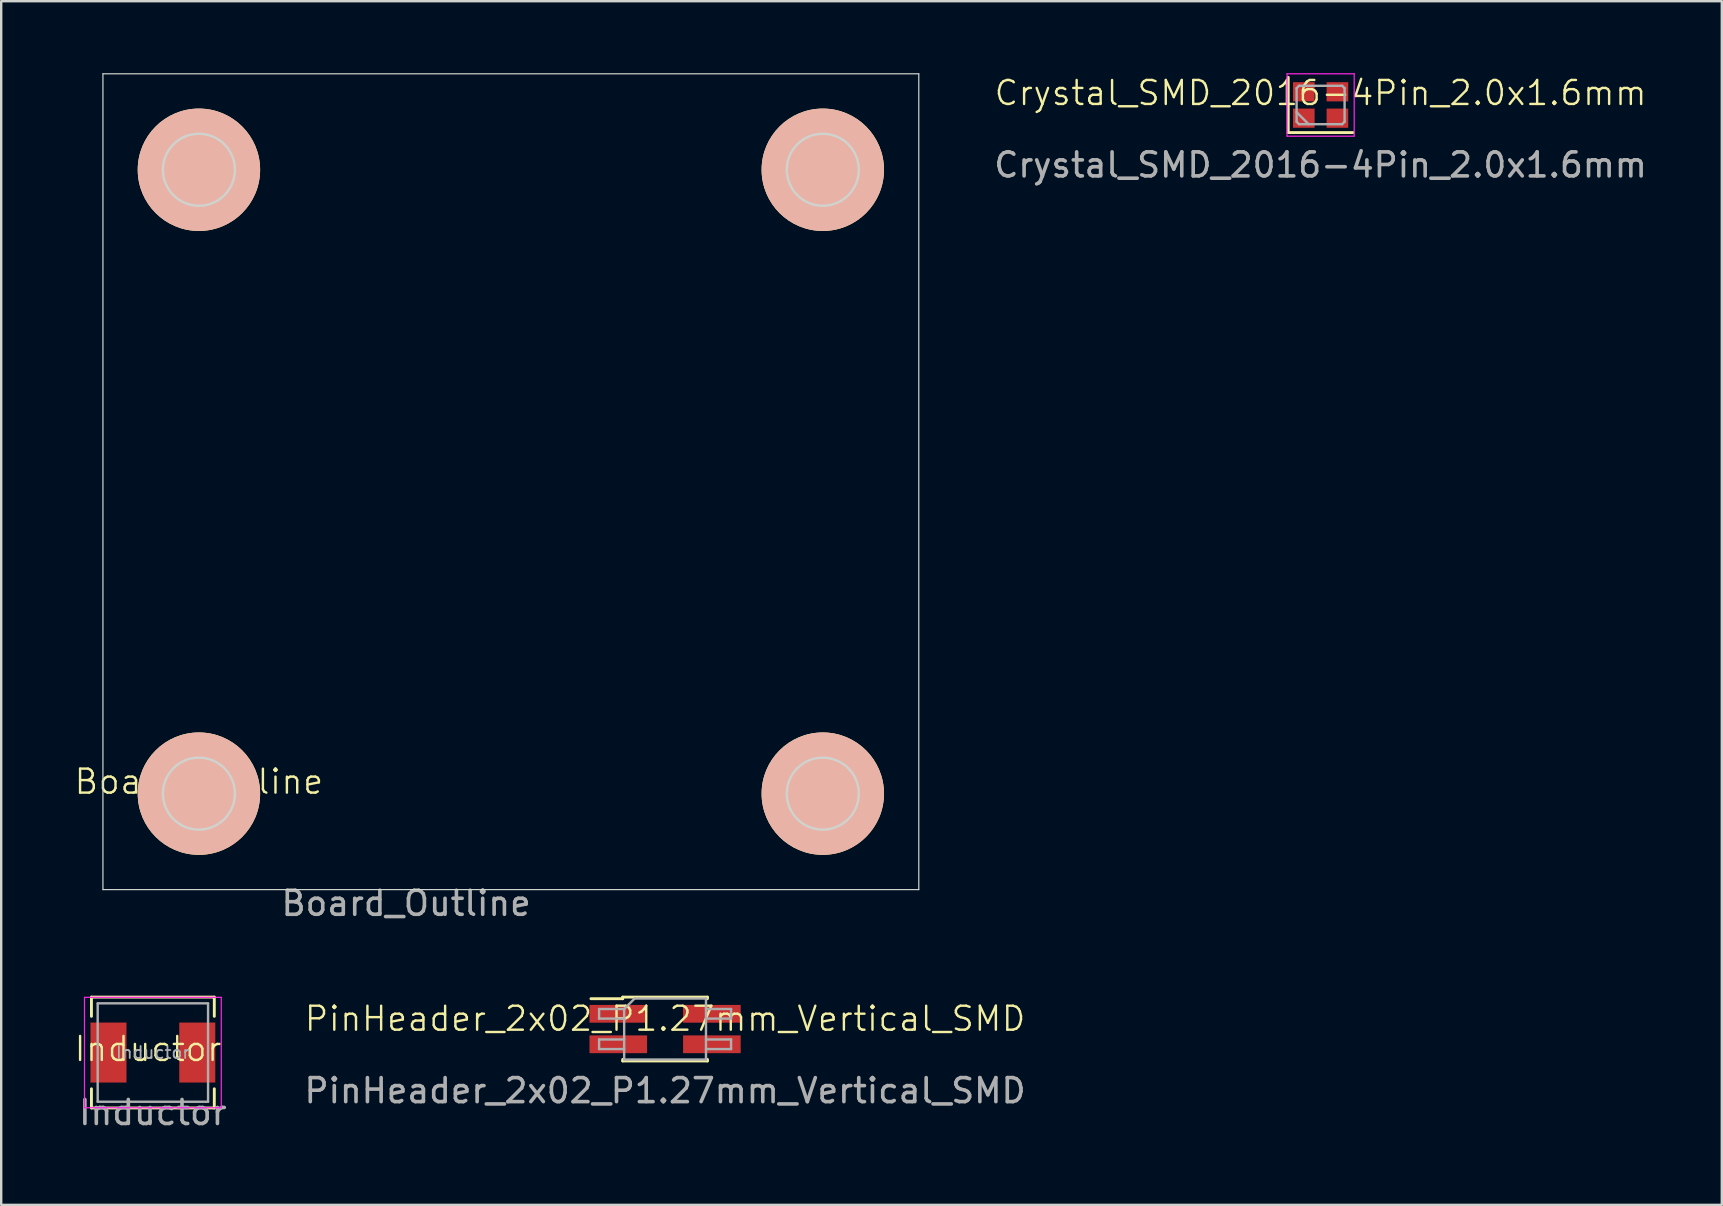
<source format=kicad_pcb>
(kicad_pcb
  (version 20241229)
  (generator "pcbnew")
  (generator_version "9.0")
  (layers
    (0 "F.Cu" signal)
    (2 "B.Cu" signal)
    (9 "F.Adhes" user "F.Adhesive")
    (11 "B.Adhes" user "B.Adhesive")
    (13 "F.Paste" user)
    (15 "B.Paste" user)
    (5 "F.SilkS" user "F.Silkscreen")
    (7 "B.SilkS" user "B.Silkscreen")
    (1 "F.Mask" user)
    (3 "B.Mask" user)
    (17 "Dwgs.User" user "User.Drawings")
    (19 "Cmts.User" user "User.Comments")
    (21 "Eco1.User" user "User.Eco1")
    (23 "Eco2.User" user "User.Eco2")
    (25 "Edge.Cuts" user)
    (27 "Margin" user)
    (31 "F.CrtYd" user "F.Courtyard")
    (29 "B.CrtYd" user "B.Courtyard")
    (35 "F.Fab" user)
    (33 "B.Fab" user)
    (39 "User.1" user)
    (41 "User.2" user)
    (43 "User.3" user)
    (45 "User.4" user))
  (footprint "PinHeader_2x02_P1.27mm_Vertical_SMD"
    (layer "F.Cu")
    (at 24.667 39.905)
    (property "Reference" "PinHeader_2x02_P1.27mm_Vertical_SMD" (at 0 -0.5 0) (unlocked yes) (layer "F.SilkS") (effects (font (size 1 1) (thickness 0.1))))
    (attr smd)
    (fp_line (start -3.09 -1.335) (end -1.765 -1.335) (stroke (width 0.12) (type solid)) (layer "F.SilkS"))
    (fp_line (start -1.765 -1.4) (end -1.765 -1.335) (stroke (width 0.12) (type solid)) (layer "F.SilkS"))
    (fp_line (start -1.765 -1.4) (end 1.765 -1.4) (stroke (width 0.12) (type solid)) (layer "F.SilkS"))
    (fp_line (start -1.765 1.195) (end -1.765 1.26) (stroke (width 0.12) (type solid)) (layer "F.SilkS"))
    (fp_line (start -1.765 1.26) (end 1.765 1.26) (stroke (width 0.12) (type solid)) (layer "F.SilkS"))
    (fp_line (start 1.765 -1.4) (end 1.765 -1.335) (stroke (width 0.12) (type solid)) (layer "F.SilkS"))
    (fp_line (start 1.765 1.195) (end 1.765 1.26) (stroke (width 0.12) (type solid)) (layer "F.SilkS"))
    (fp_line (start -2.75 -0.905) (end -2.75 -0.505) (stroke (width 0.1) (type solid)) (layer "F.Fab"))
    (fp_line (start -2.75 -0.505) (end -1.705 -0.505) (stroke (width 0.1) (type solid)) (layer "F.Fab"))
    (fp_line (start -2.75 0.365) (end -2.75 0.765) (stroke (width 0.1) (type solid)) (layer "F.Fab"))
    (fp_line (start -2.75 0.765) (end -1.705 0.765) (stroke (width 0.1) (type solid)) (layer "F.Fab"))
    (fp_line (start -1.705 -0.905) (end -2.75 -0.905) (stroke (width 0.1) (type solid)) (layer "F.Fab"))
    (fp_line (start -1.705 -0.905) (end -1.27 -1.34) (stroke (width 0.1) (type solid)) (layer "F.Fab"))
    (fp_line (start -1.705 0.365) (end -2.75 0.365) (stroke (width 0.1) (type solid)) (layer "F.Fab"))
    (fp_line (start -1.705 1.2) (end -1.705 -0.905) (stroke (width 0.1) (type solid)) (layer "F.Fab"))
    (fp_line (start -1.27 -1.34) (end 1.705 -1.34) (stroke (width 0.1) (type solid)) (layer "F.Fab"))
    (fp_line (start 1.705 -1.34) (end 1.705 1.2) (stroke (width 0.1) (type solid)) (layer "F.Fab"))
    (fp_line (start 1.705 -0.905) (end 2.75 -0.905) (stroke (width 0.1) (type solid)) (layer "F.Fab"))
    (fp_line (start 1.705 0.365) (end 2.75 0.365) (stroke (width 0.1) (type solid)) (layer "F.Fab"))
    (fp_line (start 1.705 1.2) (end -1.705 1.2) (stroke (width 0.1) (type solid)) (layer "F.Fab"))
    (fp_line (start 2.75 -0.905) (end 2.75 -0.505) (stroke (width 0.1) (type solid)) (layer "F.Fab"))
    (fp_line (start 2.75 -0.505) (end 1.705 -0.505) (stroke (width 0.1) (type solid)) (layer "F.Fab"))
    (fp_line (start 2.75 0.365) (end 2.75 0.765) (stroke (width 0.1) (type solid)) (layer "F.Fab"))
    (fp_line (start 2.75 0.765) (end 1.705 0.765) (stroke (width 0.1) (type solid)) (layer "F.Fab"))
    (fp_text user "${REFERENCE}" (at 0 2.5 0) (unlocked yes) (layer "F.Fab") (effects (font (size 1 1) (thickness 0.15))))
    (pad "1" smd rect (at -1.95 -0.705) (size 2.4 0.74) (layers "F.Cu" "F.Mask" "F.Paste"))
    (pad "2" smd rect (at 1.95 -0.705) (size 2.4 0.74) (layers "F.Cu" "F.Mask" "F.Paste"))
    (pad "3" smd rect (at -1.95 0.565) (size 2.4 0.74) (layers "F.Cu" "F.Mask" "F.Paste"))
    (pad "4" smd rect (at 1.95 0.565) (size 2.4 0.74) (layers "F.Cu" "F.Mask" "F.Paste")))
  (footprint "Inductor"
    (layer "F.Cu")
    (at 3.321 40.815)
    (property "Reference" "Inductor" (at -0.2 -0.15 0) (unlocked yes) (layer "F.SilkS") (effects (font (size 1 1) (thickness 0.1))))
    (attr smd)
    (fp_line (start -2.56 -2.31) (end -2.56 -1.51) (stroke (width 0.12) (type solid)) (layer "F.SilkS"))
    (fp_line (start -2.56 -2.31) (end 2.56 -2.31) (stroke (width 0.12) (type solid)) (layer "F.SilkS"))
    (fp_line (start -2.56 2.31) (end -2.56 1.51) (stroke (width 0.12) (type solid)) (layer "F.SilkS"))
    (fp_line (start -2.56 2.31) (end 2.56 2.31) (stroke (width 0.12) (type solid)) (layer "F.SilkS"))
    (fp_line (start 2.56 -2.31) (end 2.56 -1.51) (stroke (width 0.12) (type solid)) (layer "F.SilkS"))
    (fp_line (start 2.56 2.31) (end 2.56 1.51) (stroke (width 0.12) (type solid)) (layer "F.SilkS"))
    (fp_line (start -2.85 -2.3) (end -2.85 2.3) (stroke (width 0.05) (type solid)) (layer "F.CrtYd"))
    (fp_line (start -2.85 2.3) (end 2.85 2.3) (stroke (width 0.05) (type solid)) (layer "F.CrtYd"))
    (fp_line (start 2.85 -2.3) (end -2.85 -2.3) (stroke (width 0.05) (type solid)) (layer "F.CrtYd"))
    (fp_line (start 2.85 2.3) (end 2.85 -2.3) (stroke (width 0.05) (type solid)) (layer "F.CrtYd"))
    (fp_line (start -2.3 -2.05) (end -2.3 2.05) (stroke (width 0.1) (type solid)) (layer "F.Fab"))
    (fp_line (start -2.3 2.05) (end 2.3 2.05) (stroke (width 0.1) (type solid)) (layer "F.Fab"))
    (fp_line (start 2.3 -2.05) (end -2.3 -2.05) (stroke (width 0.1) (type solid)) (layer "F.Fab"))
    (fp_line (start 2.3 2.05) (end 2.3 -2.05) (stroke (width 0.1) (type solid)) (layer "F.Fab"))
    (fp_text user "${REFERENCE}" (at 0 0 0) (layer "F.Fab") (effects (font (size 0.5 0.5) (thickness 0.075))))
    (fp_text user "${REFERENCE}" (at 0 2.5 0) (unlocked yes) (layer "F.Fab") (effects (font (size 1 1) (thickness 0.15))))
    (pad "1" smd rect (at -1.85 0) (size 1.5 2.5) (layers "F.Cu" "F.Mask" "F.Paste"))
    (pad "2" smd rect (at 1.85 0) (size 1.5 2.5) (layers "F.Cu" "F.Mask" "F.Paste")))
  (footprint "Board_Outline"
    (layer "F.Cu")
    (at 5.24 30.025)
    (property "Reference" "Board_Outline" (at 0 -0.5 0) (unlocked yes) (layer "F.SilkS") (effects (font (size 1 1) (thickness 0.1))))
    (fp_circle (center 0 -26) (end 2.5 -26) (stroke (width 0.1) (type solid)) (fill yes) (layer "F.SilkS"))
    (fp_circle (center 0 0) (end 2.5 0) (stroke (width 0.1) (type solid)) (fill yes) (layer "F.SilkS"))
    (fp_circle (center 26 -26) (end 28.5 -26) (stroke (width 0.1) (type solid)) (fill yes) (layer "F.SilkS"))
    (fp_circle (center 26 0) (end 28.5 0) (stroke (width 0.1) (type solid)) (fill yes) (layer "F.SilkS"))
    (fp_circle (center 0 -26) (end 2.5 -26) (stroke (width 0.1) (type solid)) (fill yes) (layer "B.SilkS"))
    (fp_circle (center 0 0) (end 2.5 0) (stroke (width 0.1) (type solid)) (fill yes) (layer "B.SilkS"))
    (fp_circle (center 26 -26) (end 28.5 -26) (stroke (width 0.1) (type solid)) (fill yes) (layer "B.SilkS"))
    (fp_circle (center 26 0) (end 28.5 0) (stroke (width 0.1) (type solid)) (fill yes) (layer "B.SilkS"))
    (fp_line (start -4 4) (end -4 -30) (stroke (width 0.05) (type default)) (layer "Edge.Cuts"))
    (fp_line (start 30 -30) (end -4 -30) (stroke (width 0.05) (type default)) (layer "Edge.Cuts"))
    (fp_line (start 30 -30) (end 30 4) (stroke (width 0.05) (type default)) (layer "Edge.Cuts"))
    (fp_line (start 30 4) (end -4 4) (stroke (width 0.05) (type default)) (layer "Edge.Cuts"))
    (fp_circle (center 0 -26) (end 1.5 -26) (stroke (width 0.1) (type default)) (fill no) (layer "Edge.Cuts"))
    (fp_circle (center 0 0) (end 1.5 0) (stroke (width 0.1) (type default)) (fill no) (layer "Edge.Cuts"))
    (fp_circle (center 26 -26) (end 27.5 -26) (stroke (width 0.1) (type default)) (fill no) (layer "Edge.Cuts"))
    (fp_circle (center 26 0) (end 27.5 0) (stroke (width 0.1) (type default)) (fill no) (layer "Edge.Cuts"))
    (fp_text user "${REFERENCE}" (at 8.636 4.572 0) (unlocked yes) (layer "F.Fab") (effects (font (size 1 1) (thickness 0.15)))))
  (footprint "Crystal_SMD_2016-4Pin_2.0x1.6mm"
    (layer "F.Cu")
    (at 51.986 1.325)
    (property "Reference" "Crystal_SMD_2016-4Pin_2.0x1.6mm" (at 0 -0.5 0) (unlocked yes) (layer "F.SilkS") (effects (font (size 1 1) (thickness 0.1))))
    (attr smd)
    (fp_line (start -1.35 -1.15) (end -1.35 1.15) (stroke (width 0.12) (type solid)) (layer "F.SilkS"))
    (fp_line (start -1.35 1.15) (end 1.35 1.15) (stroke (width 0.12) (type solid)) (layer "F.SilkS"))
    (fp_line (start -1.4 -1.3) (end -1.4 1.3) (stroke (width 0.05) (type solid)) (layer "F.CrtYd"))
    (fp_line (start -1.4 1.3) (end 1.4 1.3) (stroke (width 0.05) (type solid)) (layer "F.CrtYd"))
    (fp_line (start 1.4 -1.3) (end -1.4 -1.3) (stroke (width 0.05) (type solid)) (layer "F.CrtYd"))
    (fp_line (start 1.4 1.3) (end 1.4 -1.3) (stroke (width 0.05) (type solid)) (layer "F.CrtYd"))
    (fp_line (start -1 -0.7) (end -0.9 -0.8) (stroke (width 0.1) (type solid)) (layer "F.Fab"))
    (fp_line (start -1 0.3) (end -0.5 0.8) (stroke (width 0.1) (type solid)) (layer "F.Fab"))
    (fp_line (start -1 0.7) (end -1 -0.7) (stroke (width 0.1) (type solid)) (layer "F.Fab"))
    (fp_line (start -0.9 -0.8) (end 0.9 -0.8) (stroke (width 0.1) (type solid)) (layer "F.Fab"))
    (fp_line (start -0.9 0.8) (end -1 0.7) (stroke (width 0.1) (type solid)) (layer "F.Fab"))
    (fp_line (start 0.9 -0.8) (end 1 -0.7) (stroke (width 0.1) (type solid)) (layer "F.Fab"))
    (fp_line (start 0.9 0.8) (end -0.9 0.8) (stroke (width 0.1) (type solid)) (layer "F.Fab"))
    (fp_line (start 1 -0.7) (end 1 0.7) (stroke (width 0.1) (type solid)) (layer "F.Fab"))
    (fp_line (start 1 0.7) (end 0.9 0.8) (stroke (width 0.1) (type solid)) (layer "F.Fab"))
    (fp_text user "${REFERENCE}" (at 0 2.5 0) (unlocked yes) (layer "F.Fab") (effects (font (size 1 1) (thickness 0.15))))
    (pad "1" smd rect (at -0.7 0.55) (size 0.9 0.8) (layers "F.Cu" "F.Mask" "F.Paste"))
    (pad "2" smd rect (at 0.7 0.55) (size 0.9 0.8) (layers "F.Cu" "F.Mask" "F.Paste"))
    (pad "3" smd rect (at 0.7 -0.55) (size 0.9 0.8) (layers "F.Cu" "F.Mask" "F.Paste"))
    (pad "4" smd rect (at -0.7 -0.55) (size 0.9 0.8) (layers "F.Cu" "F.Mask" "F.Paste")))
  (gr_rect
    (start -3 -3)
    (end 68.706 47.163)
    (stroke (width 0.1) (type default))
    (fill no)
    (layer "Edge.Cuts")))
</source>
